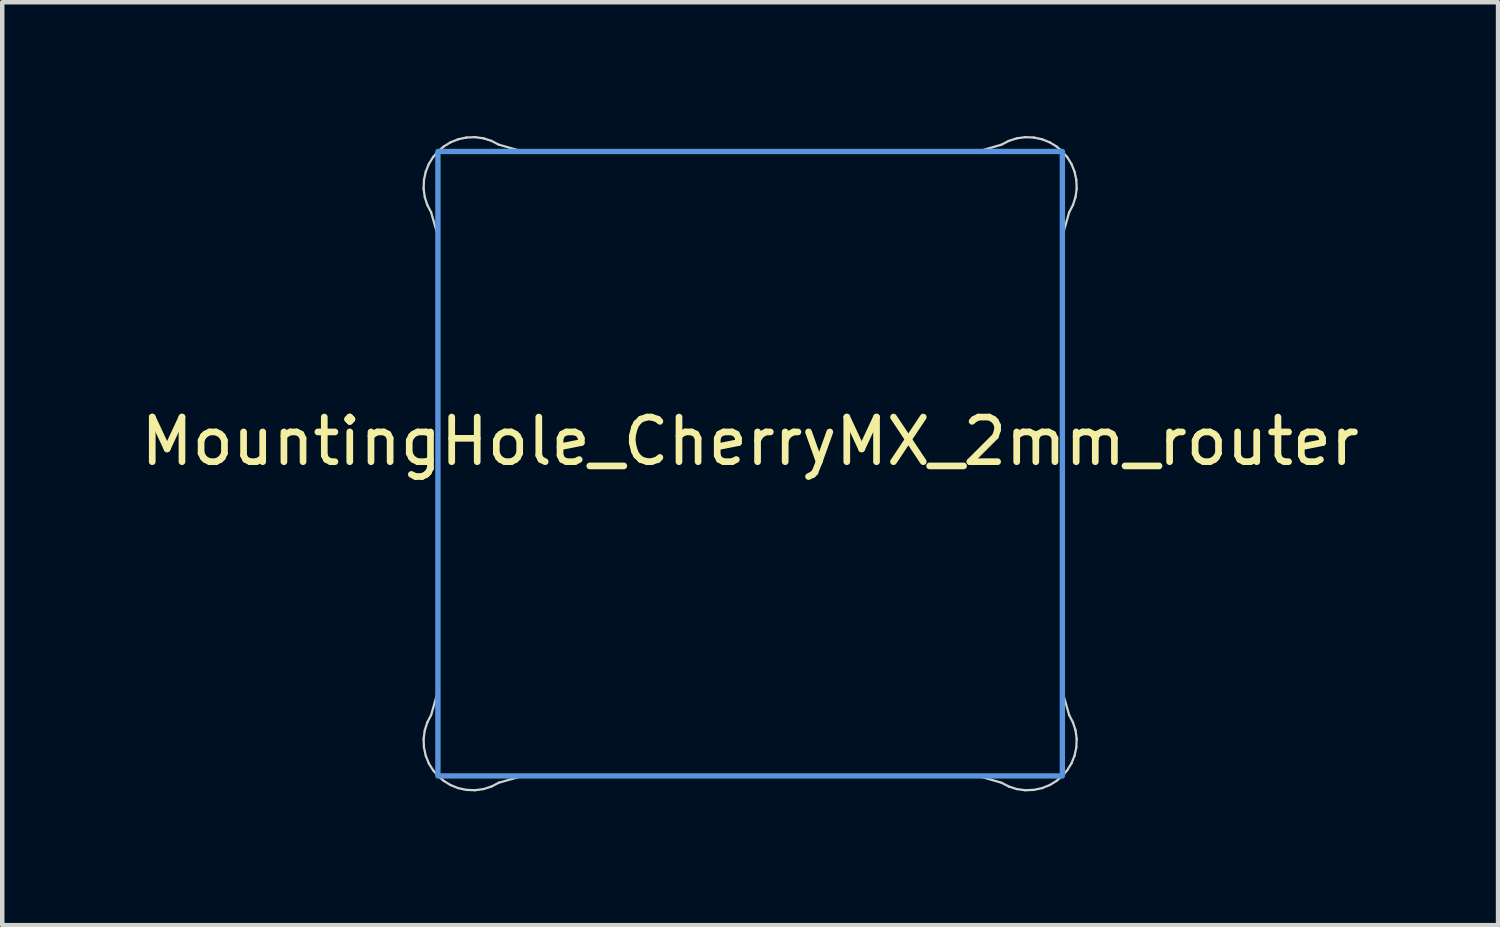
<source format=kicad_pcb>
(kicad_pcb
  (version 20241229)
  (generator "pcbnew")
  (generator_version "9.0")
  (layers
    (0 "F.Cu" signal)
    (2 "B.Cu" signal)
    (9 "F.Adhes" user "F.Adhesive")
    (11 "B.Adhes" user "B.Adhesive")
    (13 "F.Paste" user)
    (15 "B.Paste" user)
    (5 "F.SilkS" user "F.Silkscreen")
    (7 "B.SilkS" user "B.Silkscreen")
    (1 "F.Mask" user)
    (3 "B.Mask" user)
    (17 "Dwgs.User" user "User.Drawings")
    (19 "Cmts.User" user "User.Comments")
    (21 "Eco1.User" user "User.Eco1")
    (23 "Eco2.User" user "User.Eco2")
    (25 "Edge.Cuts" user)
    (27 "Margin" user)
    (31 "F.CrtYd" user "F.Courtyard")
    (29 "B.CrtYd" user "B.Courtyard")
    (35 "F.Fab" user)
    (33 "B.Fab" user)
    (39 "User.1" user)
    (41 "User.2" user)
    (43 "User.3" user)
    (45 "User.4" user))
  (footprint "MountingHole_CherryMX_2mm_router"
    (layer "F.Cu")
    (at 13.768 7.346)
    (property "Reference" "MountingHole_CherryMX_2mm_router" (at 0 -0.5 0) (unlocked yes) (layer "F.SilkS") (effects (font (size 1 1) (thickness 0.15))))
    (attr through_hole)
    (fp_rect (start -7 7) (end 7 -7) (stroke (width 0.12) (type solid)) (fill no) (layer "Cmts.User"))
    (fp_line (start -7.321 -6.168) (end -7.295 -5.978) (stroke (width 0.05) (type solid)) (layer "Edge.Cuts"))
    (fp_line (start -7.321 6.168) (end -7.313 6.36) (stroke (width 0.05) (type solid)) (layer "Edge.Cuts"))
    (fp_line (start -7.313 -6.36) (end -7.321 -6.168) (stroke (width 0.05) (type solid)) (layer "Edge.Cuts"))
    (fp_line (start -7.313 6.36) (end -7.273 6.547) (stroke (width 0.05) (type solid)) (layer "Edge.Cuts"))
    (fp_line (start -7.295 -5.978) (end -7.237 -5.798) (stroke (width 0.05) (type solid)) (layer "Edge.Cuts"))
    (fp_line (start -7.295 5.978) (end -7.321 6.168) (stroke (width 0.05) (type solid)) (layer "Edge.Cuts"))
    (fp_line (start -7.273 -6.547) (end -7.313 -6.36) (stroke (width 0.05) (type solid)) (layer "Edge.Cuts"))
    (fp_line (start -7.273 6.547) (end -7.204 6.719) (stroke (width 0.05) (type solid)) (layer "Edge.Cuts"))
    (fp_line (start -7.237 -5.798) (end -7.153 -5.637) (stroke (width 0.05) (type solid)) (layer "Edge.Cuts"))
    (fp_line (start -7.237 5.798) (end -7.295 5.978) (stroke (width 0.05) (type solid)) (layer "Edge.Cuts"))
    (fp_line (start -7.204 -6.719) (end -7.273 -6.547) (stroke (width 0.05) (type solid)) (layer "Edge.Cuts"))
    (fp_line (start -7.204 6.719) (end -7.11 6.871) (stroke (width 0.05) (type solid)) (layer "Edge.Cuts"))
    (fp_line (start -7.153 -5.637) (end -7 -5.104) (stroke (width 0.05) (type solid)) (layer "Edge.Cuts"))
    (fp_line (start -7.153 5.637) (end -7.237 5.798) (stroke (width 0.05) (type solid)) (layer "Edge.Cuts"))
    (fp_line (start -7.11 -6.871) (end -7.204 -6.719) (stroke (width 0.05) (type solid)) (layer "Edge.Cuts"))
    (fp_line (start -7.11 6.871) (end -7 7) (stroke (width 0.05) (type solid)) (layer "Edge.Cuts"))
    (fp_line (start -7 -7) (end -7.11 -6.871) (stroke (width 0.05) (type solid)) (layer "Edge.Cuts"))
    (fp_line (start -7 -5.104) (end -7 5.104) (stroke (width 0.05) (type solid)) (layer "Edge.Cuts"))
    (fp_line (start -7 5.104) (end -7.153 5.637) (stroke (width 0.05) (type solid)) (layer "Edge.Cuts"))
    (fp_line (start -7 7) (end -6.871 7.11) (stroke (width 0.05) (type solid)) (layer "Edge.Cuts"))
    (fp_line (start -6.871 -7.11) (end -7 -7) (stroke (width 0.05) (type solid)) (layer "Edge.Cuts"))
    (fp_line (start -6.871 7.11) (end -6.719 7.204) (stroke (width 0.05) (type solid)) (layer "Edge.Cuts"))
    (fp_line (start -6.719 -7.204) (end -6.871 -7.11) (stroke (width 0.05) (type solid)) (layer "Edge.Cuts"))
    (fp_line (start -6.719 7.204) (end -6.547 7.273) (stroke (width 0.05) (type solid)) (layer "Edge.Cuts"))
    (fp_line (start -6.547 -7.273) (end -6.719 -7.204) (stroke (width 0.05) (type solid)) (layer "Edge.Cuts"))
    (fp_line (start -6.547 7.273) (end -6.36 7.313) (stroke (width 0.05) (type solid)) (layer "Edge.Cuts"))
    (fp_line (start -6.36 -7.313) (end -6.547 -7.273) (stroke (width 0.05) (type solid)) (layer "Edge.Cuts"))
    (fp_line (start -6.36 7.313) (end -6.168 7.321) (stroke (width 0.05) (type solid)) (layer "Edge.Cuts"))
    (fp_line (start -6.168 -7.321) (end -6.36 -7.313) (stroke (width 0.05) (type solid)) (layer "Edge.Cuts"))
    (fp_line (start -6.168 7.321) (end -5.978 7.295) (stroke (width 0.05) (type solid)) (layer "Edge.Cuts"))
    (fp_line (start -5.978 -7.295) (end -6.168 -7.321) (stroke (width 0.05) (type solid)) (layer "Edge.Cuts"))
    (fp_line (start -5.978 7.295) (end -5.798 7.237) (stroke (width 0.05) (type solid)) (layer "Edge.Cuts"))
    (fp_line (start -5.798 -7.237) (end -5.978 -7.295) (stroke (width 0.05) (type solid)) (layer "Edge.Cuts"))
    (fp_line (start -5.798 7.237) (end -5.637 7.153) (stroke (width 0.05) (type solid)) (layer "Edge.Cuts"))
    (fp_line (start -5.637 -7.153) (end -5.798 -7.237) (stroke (width 0.05) (type solid)) (layer "Edge.Cuts"))
    (fp_line (start -5.637 7.153) (end -5.104 7) (stroke (width 0.05) (type solid)) (layer "Edge.Cuts"))
    (fp_line (start -5.104 -7) (end -5.637 -7.153) (stroke (width 0.05) (type solid)) (layer "Edge.Cuts"))
    (fp_line (start -5.104 7) (end 5.104 7) (stroke (width 0.05) (type solid)) (layer "Edge.Cuts"))
    (fp_line (start 5.104 -7) (end -5.104 -7) (stroke (width 0.05) (type solid)) (layer "Edge.Cuts"))
    (fp_line (start 5.104 7) (end 5.637 7.153) (stroke (width 0.05) (type solid)) (layer "Edge.Cuts"))
    (fp_line (start 5.637 -7.153) (end 5.104 -7) (stroke (width 0.05) (type solid)) (layer "Edge.Cuts"))
    (fp_line (start 5.637 7.153) (end 5.798 7.237) (stroke (width 0.05) (type solid)) (layer "Edge.Cuts"))
    (fp_line (start 5.798 -7.237) (end 5.637 -7.153) (stroke (width 0.05) (type solid)) (layer "Edge.Cuts"))
    (fp_line (start 5.798 7.237) (end 5.978 7.295) (stroke (width 0.05) (type solid)) (layer "Edge.Cuts"))
    (fp_line (start 5.978 -7.295) (end 5.798 -7.237) (stroke (width 0.05) (type solid)) (layer "Edge.Cuts"))
    (fp_line (start 5.978 7.295) (end 6.168 7.321) (stroke (width 0.05) (type solid)) (layer "Edge.Cuts"))
    (fp_line (start 6.168 -7.321) (end 5.978 -7.295) (stroke (width 0.05) (type solid)) (layer "Edge.Cuts"))
    (fp_line (start 6.168 7.321) (end 6.36 7.313) (stroke (width 0.05) (type solid)) (layer "Edge.Cuts"))
    (fp_line (start 6.36 -7.313) (end 6.168 -7.321) (stroke (width 0.05) (type solid)) (layer "Edge.Cuts"))
    (fp_line (start 6.36 7.313) (end 6.547 7.273) (stroke (width 0.05) (type solid)) (layer "Edge.Cuts"))
    (fp_line (start 6.547 -7.273) (end 6.36 -7.313) (stroke (width 0.05) (type solid)) (layer "Edge.Cuts"))
    (fp_line (start 6.547 7.273) (end 6.719 7.204) (stroke (width 0.05) (type solid)) (layer "Edge.Cuts"))
    (fp_line (start 6.719 -7.204) (end 6.547 -7.273) (stroke (width 0.05) (type solid)) (layer "Edge.Cuts"))
    (fp_line (start 6.719 7.204) (end 6.871 7.11) (stroke (width 0.05) (type solid)) (layer "Edge.Cuts"))
    (fp_line (start 6.871 -7.11) (end 6.719 -7.204) (stroke (width 0.05) (type solid)) (layer "Edge.Cuts"))
    (fp_line (start 6.871 7.11) (end 7 7) (stroke (width 0.05) (type solid)) (layer "Edge.Cuts"))
    (fp_line (start 7 -7) (end 6.871 -7.11) (stroke (width 0.05) (type solid)) (layer "Edge.Cuts"))
    (fp_line (start 7 -5.104) (end 7.153 -5.637) (stroke (width 0.05) (type solid)) (layer "Edge.Cuts"))
    (fp_line (start 7 5.104) (end 7 -5.104) (stroke (width 0.05) (type solid)) (layer "Edge.Cuts"))
    (fp_line (start 7 7) (end 7.11 6.871) (stroke (width 0.05) (type solid)) (layer "Edge.Cuts"))
    (fp_line (start 7.11 -6.871) (end 7 -7) (stroke (width 0.05) (type solid)) (layer "Edge.Cuts"))
    (fp_line (start 7.11 6.871) (end 7.204 6.719) (stroke (width 0.05) (type solid)) (layer "Edge.Cuts"))
    (fp_line (start 7.153 -5.637) (end 7.237 -5.798) (stroke (width 0.05) (type solid)) (layer "Edge.Cuts"))
    (fp_line (start 7.153 5.637) (end 7 5.104) (stroke (width 0.05) (type solid)) (layer "Edge.Cuts"))
    (fp_line (start 7.204 -6.719) (end 7.11 -6.871) (stroke (width 0.05) (type solid)) (layer "Edge.Cuts"))
    (fp_line (start 7.204 6.719) (end 7.273 6.547) (stroke (width 0.05) (type solid)) (layer "Edge.Cuts"))
    (fp_line (start 7.237 -5.798) (end 7.295 -5.978) (stroke (width 0.05) (type solid)) (layer "Edge.Cuts"))
    (fp_line (start 7.237 5.798) (end 7.153 5.637) (stroke (width 0.05) (type solid)) (layer "Edge.Cuts"))
    (fp_line (start 7.273 -6.547) (end 7.204 -6.719) (stroke (width 0.05) (type solid)) (layer "Edge.Cuts"))
    (fp_line (start 7.273 6.547) (end 7.313 6.36) (stroke (width 0.05) (type solid)) (layer "Edge.Cuts"))
    (fp_line (start 7.295 -5.978) (end 7.321 -6.168) (stroke (width 0.05) (type solid)) (layer "Edge.Cuts"))
    (fp_line (start 7.295 5.978) (end 7.237 5.798) (stroke (width 0.05) (type solid)) (layer "Edge.Cuts"))
    (fp_line (start 7.313 -6.36) (end 7.273 -6.547) (stroke (width 0.05) (type solid)) (layer "Edge.Cuts"))
    (fp_line (start 7.313 6.36) (end 7.321 6.168) (stroke (width 0.05) (type solid)) (layer "Edge.Cuts"))
    (fp_line (start 7.321 -6.168) (end 7.313 -6.36) (stroke (width 0.05) (type solid)) (layer "Edge.Cuts"))
    (fp_line (start 7.321 6.168) (end 7.295 5.978) (stroke (width 0.05) (type solid)) (layer "Edge.Cuts")))
  (gr_rect
    (start -3 -3)
    (end 30.536 17.692)
    (stroke (width 0.1) (type default))
    (fill no)
    (layer "Edge.Cuts")))
</source>
